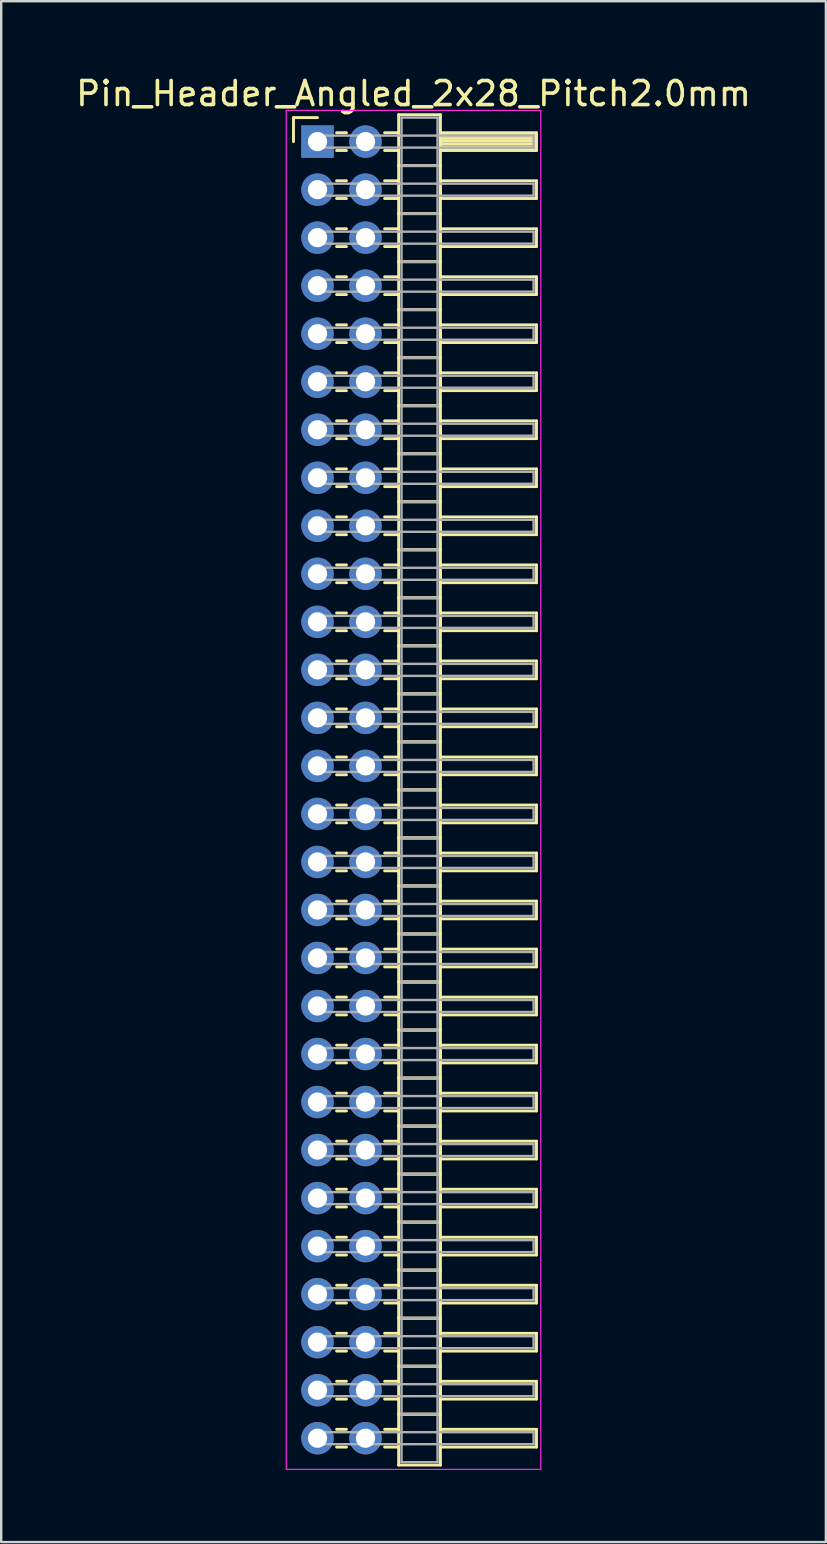
<source format=kicad_pcb>
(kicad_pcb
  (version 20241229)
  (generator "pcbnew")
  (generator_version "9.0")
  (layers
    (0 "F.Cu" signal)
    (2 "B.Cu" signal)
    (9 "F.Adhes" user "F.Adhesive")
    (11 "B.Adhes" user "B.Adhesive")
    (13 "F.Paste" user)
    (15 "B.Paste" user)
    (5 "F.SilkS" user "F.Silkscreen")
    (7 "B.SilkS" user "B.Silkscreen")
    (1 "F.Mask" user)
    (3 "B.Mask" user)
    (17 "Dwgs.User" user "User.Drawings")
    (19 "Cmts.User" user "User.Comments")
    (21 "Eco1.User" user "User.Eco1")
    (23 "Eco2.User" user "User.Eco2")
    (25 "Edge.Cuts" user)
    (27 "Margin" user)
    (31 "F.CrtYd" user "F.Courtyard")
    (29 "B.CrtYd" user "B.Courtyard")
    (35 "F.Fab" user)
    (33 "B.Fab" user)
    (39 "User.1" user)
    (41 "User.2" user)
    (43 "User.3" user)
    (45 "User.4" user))
  (footprint "Pin_Header_Angled_2x28_Pitch2.0mm"
    (layer "F.Cu")
    (at 10.173 2.848)
    (property "Reference" "Pin_Header_Angled_2x28_Pitch2.0mm" (at 4 -2 0) (layer "F.SilkS") (effects (font (size 1 1) (thickness 0.15))))
    (attr through_hole)
    (fp_line (start -1 -1) (end 0 -1) (stroke (width 0.12) (type solid)) (layer "F.SilkS"))
    (fp_line (start -1 0) (end -1 -1) (stroke (width 0.12) (type solid)) (layer "F.SilkS"))
    (fp_line (start 0.795 -0.37) (end 1.205 -0.37) (stroke (width 0.12) (type solid)) (layer "F.SilkS"))
    (fp_line (start 0.795 0.37) (end 1.205 0.37) (stroke (width 0.12) (type solid)) (layer "F.SilkS"))
    (fp_line (start 0.795 1.63) (end 1.205 1.63) (stroke (width 0.12) (type solid)) (layer "F.SilkS"))
    (fp_line (start 0.795 2.37) (end 1.205 2.37) (stroke (width 0.12) (type solid)) (layer "F.SilkS"))
    (fp_line (start 0.795 3.63) (end 1.205 3.63) (stroke (width 0.12) (type solid)) (layer "F.SilkS"))
    (fp_line (start 0.795 4.37) (end 1.205 4.37) (stroke (width 0.12) (type solid)) (layer "F.SilkS"))
    (fp_line (start 0.795 5.63) (end 1.205 5.63) (stroke (width 0.12) (type solid)) (layer "F.SilkS"))
    (fp_line (start 0.795 6.37) (end 1.205 6.37) (stroke (width 0.12) (type solid)) (layer "F.SilkS"))
    (fp_line (start 0.795 7.63) (end 1.205 7.63) (stroke (width 0.12) (type solid)) (layer "F.SilkS"))
    (fp_line (start 0.795 8.37) (end 1.205 8.37) (stroke (width 0.12) (type solid)) (layer "F.SilkS"))
    (fp_line (start 0.795 9.63) (end 1.205 9.63) (stroke (width 0.12) (type solid)) (layer "F.SilkS"))
    (fp_line (start 0.795 10.37) (end 1.205 10.37) (stroke (width 0.12) (type solid)) (layer "F.SilkS"))
    (fp_line (start 0.795 11.63) (end 1.205 11.63) (stroke (width 0.12) (type solid)) (layer "F.SilkS"))
    (fp_line (start 0.795 12.37) (end 1.205 12.37) (stroke (width 0.12) (type solid)) (layer "F.SilkS"))
    (fp_line (start 0.795 13.63) (end 1.205 13.63) (stroke (width 0.12) (type solid)) (layer "F.SilkS"))
    (fp_line (start 0.795 14.37) (end 1.205 14.37) (stroke (width 0.12) (type solid)) (layer "F.SilkS"))
    (fp_line (start 0.795 15.63) (end 1.205 15.63) (stroke (width 0.12) (type solid)) (layer "F.SilkS"))
    (fp_line (start 0.795 16.37) (end 1.205 16.37) (stroke (width 0.12) (type solid)) (layer "F.SilkS"))
    (fp_line (start 0.795 17.63) (end 1.205 17.63) (stroke (width 0.12) (type solid)) (layer "F.SilkS"))
    (fp_line (start 0.795 18.37) (end 1.205 18.37) (stroke (width 0.12) (type solid)) (layer "F.SilkS"))
    (fp_line (start 0.795 19.63) (end 1.205 19.63) (stroke (width 0.12) (type solid)) (layer "F.SilkS"))
    (fp_line (start 0.795 20.37) (end 1.205 20.37) (stroke (width 0.12) (type solid)) (layer "F.SilkS"))
    (fp_line (start 0.795 21.63) (end 1.205 21.63) (stroke (width 0.12) (type solid)) (layer "F.SilkS"))
    (fp_line (start 0.795 22.37) (end 1.205 22.37) (stroke (width 0.12) (type solid)) (layer "F.SilkS"))
    (fp_line (start 0.795 23.63) (end 1.205 23.63) (stroke (width 0.12) (type solid)) (layer "F.SilkS"))
    (fp_line (start 0.795 24.37) (end 1.205 24.37) (stroke (width 0.12) (type solid)) (layer "F.SilkS"))
    (fp_line (start 0.795 25.63) (end 1.205 25.63) (stroke (width 0.12) (type solid)) (layer "F.SilkS"))
    (fp_line (start 0.795 26.37) (end 1.205 26.37) (stroke (width 0.12) (type solid)) (layer "F.SilkS"))
    (fp_line (start 0.795 27.63) (end 1.205 27.63) (stroke (width 0.12) (type solid)) (layer "F.SilkS"))
    (fp_line (start 0.795 28.37) (end 1.205 28.37) (stroke (width 0.12) (type solid)) (layer "F.SilkS"))
    (fp_line (start 0.795 29.63) (end 1.205 29.63) (stroke (width 0.12) (type solid)) (layer "F.SilkS"))
    (fp_line (start 0.795 30.37) (end 1.205 30.37) (stroke (width 0.12) (type solid)) (layer "F.SilkS"))
    (fp_line (start 0.795 31.63) (end 1.205 31.63) (stroke (width 0.12) (type solid)) (layer "F.SilkS"))
    (fp_line (start 0.795 32.37) (end 1.205 32.37) (stroke (width 0.12) (type solid)) (layer "F.SilkS"))
    (fp_line (start 0.795 33.63) (end 1.205 33.63) (stroke (width 0.12) (type solid)) (layer "F.SilkS"))
    (fp_line (start 0.795 34.37) (end 1.205 34.37) (stroke (width 0.12) (type solid)) (layer "F.SilkS"))
    (fp_line (start 0.795 35.63) (end 1.205 35.63) (stroke (width 0.12) (type solid)) (layer "F.SilkS"))
    (fp_line (start 0.795 36.37) (end 1.205 36.37) (stroke (width 0.12) (type solid)) (layer "F.SilkS"))
    (fp_line (start 0.795 37.63) (end 1.205 37.63) (stroke (width 0.12) (type solid)) (layer "F.SilkS"))
    (fp_line (start 0.795 38.37) (end 1.205 38.37) (stroke (width 0.12) (type solid)) (layer "F.SilkS"))
    (fp_line (start 0.795 39.63) (end 1.205 39.63) (stroke (width 0.12) (type solid)) (layer "F.SilkS"))
    (fp_line (start 0.795 40.37) (end 1.205 40.37) (stroke (width 0.12) (type solid)) (layer "F.SilkS"))
    (fp_line (start 0.795 41.63) (end 1.205 41.63) (stroke (width 0.12) (type solid)) (layer "F.SilkS"))
    (fp_line (start 0.795 42.37) (end 1.205 42.37) (stroke (width 0.12) (type solid)) (layer "F.SilkS"))
    (fp_line (start 0.795 43.63) (end 1.205 43.63) (stroke (width 0.12) (type solid)) (layer "F.SilkS"))
    (fp_line (start 0.795 44.37) (end 1.205 44.37) (stroke (width 0.12) (type solid)) (layer "F.SilkS"))
    (fp_line (start 0.795 45.63) (end 1.205 45.63) (stroke (width 0.12) (type solid)) (layer "F.SilkS"))
    (fp_line (start 0.795 46.37) (end 1.205 46.37) (stroke (width 0.12) (type solid)) (layer "F.SilkS"))
    (fp_line (start 0.795 47.63) (end 1.205 47.63) (stroke (width 0.12) (type solid)) (layer "F.SilkS"))
    (fp_line (start 0.795 48.37) (end 1.205 48.37) (stroke (width 0.12) (type solid)) (layer "F.SilkS"))
    (fp_line (start 0.795 49.63) (end 1.205 49.63) (stroke (width 0.12) (type solid)) (layer "F.SilkS"))
    (fp_line (start 0.795 50.37) (end 1.205 50.37) (stroke (width 0.12) (type solid)) (layer "F.SilkS"))
    (fp_line (start 0.795 51.63) (end 1.205 51.63) (stroke (width 0.12) (type solid)) (layer "F.SilkS"))
    (fp_line (start 0.795 52.37) (end 1.205 52.37) (stroke (width 0.12) (type solid)) (layer "F.SilkS"))
    (fp_line (start 0.795 53.63) (end 1.205 53.63) (stroke (width 0.12) (type solid)) (layer "F.SilkS"))
    (fp_line (start 0.795 54.37) (end 1.205 54.37) (stroke (width 0.12) (type solid)) (layer "F.SilkS"))
    (fp_line (start 2.795 -0.37) (end 3.38 -0.37) (stroke (width 0.12) (type solid)) (layer "F.SilkS"))
    (fp_line (start 2.795 0.37) (end 3.38 0.37) (stroke (width 0.12) (type solid)) (layer "F.SilkS"))
    (fp_line (start 2.795 1.63) (end 3.38 1.63) (stroke (width 0.12) (type solid)) (layer "F.SilkS"))
    (fp_line (start 2.795 2.37) (end 3.38 2.37) (stroke (width 0.12) (type solid)) (layer "F.SilkS"))
    (fp_line (start 2.795 3.63) (end 3.38 3.63) (stroke (width 0.12) (type solid)) (layer "F.SilkS"))
    (fp_line (start 2.795 4.37) (end 3.38 4.37) (stroke (width 0.12) (type solid)) (layer "F.SilkS"))
    (fp_line (start 2.795 5.63) (end 3.38 5.63) (stroke (width 0.12) (type solid)) (layer "F.SilkS"))
    (fp_line (start 2.795 6.37) (end 3.38 6.37) (stroke (width 0.12) (type solid)) (layer "F.SilkS"))
    (fp_line (start 2.795 7.63) (end 3.38 7.63) (stroke (width 0.12) (type solid)) (layer "F.SilkS"))
    (fp_line (start 2.795 8.37) (end 3.38 8.37) (stroke (width 0.12) (type solid)) (layer "F.SilkS"))
    (fp_line (start 2.795 9.63) (end 3.38 9.63) (stroke (width 0.12) (type solid)) (layer "F.SilkS"))
    (fp_line (start 2.795 10.37) (end 3.38 10.37) (stroke (width 0.12) (type solid)) (layer "F.SilkS"))
    (fp_line (start 2.795 11.63) (end 3.38 11.63) (stroke (width 0.12) (type solid)) (layer "F.SilkS"))
    (fp_line (start 2.795 12.37) (end 3.38 12.37) (stroke (width 0.12) (type solid)) (layer "F.SilkS"))
    (fp_line (start 2.795 13.63) (end 3.38 13.63) (stroke (width 0.12) (type solid)) (layer "F.SilkS"))
    (fp_line (start 2.795 14.37) (end 3.38 14.37) (stroke (width 0.12) (type solid)) (layer "F.SilkS"))
    (fp_line (start 2.795 15.63) (end 3.38 15.63) (stroke (width 0.12) (type solid)) (layer "F.SilkS"))
    (fp_line (start 2.795 16.37) (end 3.38 16.37) (stroke (width 0.12) (type solid)) (layer "F.SilkS"))
    (fp_line (start 2.795 17.63) (end 3.38 17.63) (stroke (width 0.12) (type solid)) (layer "F.SilkS"))
    (fp_line (start 2.795 18.37) (end 3.38 18.37) (stroke (width 0.12) (type solid)) (layer "F.SilkS"))
    (fp_line (start 2.795 19.63) (end 3.38 19.63) (stroke (width 0.12) (type solid)) (layer "F.SilkS"))
    (fp_line (start 2.795 20.37) (end 3.38 20.37) (stroke (width 0.12) (type solid)) (layer "F.SilkS"))
    (fp_line (start 2.795 21.63) (end 3.38 21.63) (stroke (width 0.12) (type solid)) (layer "F.SilkS"))
    (fp_line (start 2.795 22.37) (end 3.38 22.37) (stroke (width 0.12) (type solid)) (layer "F.SilkS"))
    (fp_line (start 2.795 23.63) (end 3.38 23.63) (stroke (width 0.12) (type solid)) (layer "F.SilkS"))
    (fp_line (start 2.795 24.37) (end 3.38 24.37) (stroke (width 0.12) (type solid)) (layer "F.SilkS"))
    (fp_line (start 2.795 25.63) (end 3.38 25.63) (stroke (width 0.12) (type solid)) (layer "F.SilkS"))
    (fp_line (start 2.795 26.37) (end 3.38 26.37) (stroke (width 0.12) (type solid)) (layer "F.SilkS"))
    (fp_line (start 2.795 27.63) (end 3.38 27.63) (stroke (width 0.12) (type solid)) (layer "F.SilkS"))
    (fp_line (start 2.795 28.37) (end 3.38 28.37) (stroke (width 0.12) (type solid)) (layer "F.SilkS"))
    (fp_line (start 2.795 29.63) (end 3.38 29.63) (stroke (width 0.12) (type solid)) (layer "F.SilkS"))
    (fp_line (start 2.795 30.37) (end 3.38 30.37) (stroke (width 0.12) (type solid)) (layer "F.SilkS"))
    (fp_line (start 2.795 31.63) (end 3.38 31.63) (stroke (width 0.12) (type solid)) (layer "F.SilkS"))
    (fp_line (start 2.795 32.37) (end 3.38 32.37) (stroke (width 0.12) (type solid)) (layer "F.SilkS"))
    (fp_line (start 2.795 33.63) (end 3.38 33.63) (stroke (width 0.12) (type solid)) (layer "F.SilkS"))
    (fp_line (start 2.795 34.37) (end 3.38 34.37) (stroke (width 0.12) (type solid)) (layer "F.SilkS"))
    (fp_line (start 2.795 35.63) (end 3.38 35.63) (stroke (width 0.12) (type solid)) (layer "F.SilkS"))
    (fp_line (start 2.795 36.37) (end 3.38 36.37) (stroke (width 0.12) (type solid)) (layer "F.SilkS"))
    (fp_line (start 2.795 37.63) (end 3.38 37.63) (stroke (width 0.12) (type solid)) (layer "F.SilkS"))
    (fp_line (start 2.795 38.37) (end 3.38 38.37) (stroke (width 0.12) (type solid)) (layer "F.SilkS"))
    (fp_line (start 2.795 39.63) (end 3.38 39.63) (stroke (width 0.12) (type solid)) (layer "F.SilkS"))
    (fp_line (start 2.795 40.37) (end 3.38 40.37) (stroke (width 0.12) (type solid)) (layer "F.SilkS"))
    (fp_line (start 2.795 41.63) (end 3.38 41.63) (stroke (width 0.12) (type solid)) (layer "F.SilkS"))
    (fp_line (start 2.795 42.37) (end 3.38 42.37) (stroke (width 0.12) (type solid)) (layer "F.SilkS"))
    (fp_line (start 2.795 43.63) (end 3.38 43.63) (stroke (width 0.12) (type solid)) (layer "F.SilkS"))
    (fp_line (start 2.795 44.37) (end 3.38 44.37) (stroke (width 0.12) (type solid)) (layer "F.SilkS"))
    (fp_line (start 2.795 45.63) (end 3.38 45.63) (stroke (width 0.12) (type solid)) (layer "F.SilkS"))
    (fp_line (start 2.795 46.37) (end 3.38 46.37) (stroke (width 0.12) (type solid)) (layer "F.SilkS"))
    (fp_line (start 2.795 47.63) (end 3.38 47.63) (stroke (width 0.12) (type solid)) (layer "F.SilkS"))
    (fp_line (start 2.795 48.37) (end 3.38 48.37) (stroke (width 0.12) (type solid)) (layer "F.SilkS"))
    (fp_line (start 2.795 49.63) (end 3.38 49.63) (stroke (width 0.12) (type solid)) (layer "F.SilkS"))
    (fp_line (start 2.795 50.37) (end 3.38 50.37) (stroke (width 0.12) (type solid)) (layer "F.SilkS"))
    (fp_line (start 2.795 51.63) (end 3.38 51.63) (stroke (width 0.12) (type solid)) (layer "F.SilkS"))
    (fp_line (start 2.795 52.37) (end 3.38 52.37) (stroke (width 0.12) (type solid)) (layer "F.SilkS"))
    (fp_line (start 2.795 53.63) (end 3.38 53.63) (stroke (width 0.12) (type solid)) (layer "F.SilkS"))
    (fp_line (start 2.795 54.37) (end 3.38 54.37) (stroke (width 0.12) (type solid)) (layer "F.SilkS"))
    (fp_line (start 3.38 -1.12) (end 3.38 1) (stroke (width 0.12) (type solid)) (layer "F.SilkS"))
    (fp_line (start 3.38 1) (end 3.38 3) (stroke (width 0.12) (type solid)) (layer "F.SilkS"))
    (fp_line (start 3.38 1) (end 5.12 1) (stroke (width 0.12) (type solid)) (layer "F.SilkS"))
    (fp_line (start 3.38 3) (end 3.38 5) (stroke (width 0.12) (type solid)) (layer "F.SilkS"))
    (fp_line (start 3.38 3) (end 5.12 3) (stroke (width 0.12) (type solid)) (layer "F.SilkS"))
    (fp_line (start 3.38 5) (end 3.38 7) (stroke (width 0.12) (type solid)) (layer "F.SilkS"))
    (fp_line (start 3.38 5) (end 5.12 5) (stroke (width 0.12) (type solid)) (layer "F.SilkS"))
    (fp_line (start 3.38 7) (end 3.38 9) (stroke (width 0.12) (type solid)) (layer "F.SilkS"))
    (fp_line (start 3.38 7) (end 5.12 7) (stroke (width 0.12) (type solid)) (layer "F.SilkS"))
    (fp_line (start 3.38 9) (end 3.38 11) (stroke (width 0.12) (type solid)) (layer "F.SilkS"))
    (fp_line (start 3.38 9) (end 5.12 9) (stroke (width 0.12) (type solid)) (layer "F.SilkS"))
    (fp_line (start 3.38 11) (end 3.38 13) (stroke (width 0.12) (type solid)) (layer "F.SilkS"))
    (fp_line (start 3.38 11) (end 5.12 11) (stroke (width 0.12) (type solid)) (layer "F.SilkS"))
    (fp_line (start 3.38 13) (end 3.38 15) (stroke (width 0.12) (type solid)) (layer "F.SilkS"))
    (fp_line (start 3.38 13) (end 5.12 13) (stroke (width 0.12) (type solid)) (layer "F.SilkS"))
    (fp_line (start 3.38 15) (end 3.38 17) (stroke (width 0.12) (type solid)) (layer "F.SilkS"))
    (fp_line (start 3.38 15) (end 5.12 15) (stroke (width 0.12) (type solid)) (layer "F.SilkS"))
    (fp_line (start 3.38 17) (end 3.38 19) (stroke (width 0.12) (type solid)) (layer "F.SilkS"))
    (fp_line (start 3.38 17) (end 5.12 17) (stroke (width 0.12) (type solid)) (layer "F.SilkS"))
    (fp_line (start 3.38 19) (end 3.38 21) (stroke (width 0.12) (type solid)) (layer "F.SilkS"))
    (fp_line (start 3.38 19) (end 5.12 19) (stroke (width 0.12) (type solid)) (layer "F.SilkS"))
    (fp_line (start 3.38 21) (end 3.38 23) (stroke (width 0.12) (type solid)) (layer "F.SilkS"))
    (fp_line (start 3.38 21) (end 5.12 21) (stroke (width 0.12) (type solid)) (layer "F.SilkS"))
    (fp_line (start 3.38 23) (end 3.38 25) (stroke (width 0.12) (type solid)) (layer "F.SilkS"))
    (fp_line (start 3.38 23) (end 5.12 23) (stroke (width 0.12) (type solid)) (layer "F.SilkS"))
    (fp_line (start 3.38 25) (end 3.38 27) (stroke (width 0.12) (type solid)) (layer "F.SilkS"))
    (fp_line (start 3.38 25) (end 5.12 25) (stroke (width 0.12) (type solid)) (layer "F.SilkS"))
    (fp_line (start 3.38 27) (end 3.38 29) (stroke (width 0.12) (type solid)) (layer "F.SilkS"))
    (fp_line (start 3.38 27) (end 5.12 27) (stroke (width 0.12) (type solid)) (layer "F.SilkS"))
    (fp_line (start 3.38 29) (end 3.38 31) (stroke (width 0.12) (type solid)) (layer "F.SilkS"))
    (fp_line (start 3.38 29) (end 5.12 29) (stroke (width 0.12) (type solid)) (layer "F.SilkS"))
    (fp_line (start 3.38 31) (end 3.38 33) (stroke (width 0.12) (type solid)) (layer "F.SilkS"))
    (fp_line (start 3.38 31) (end 5.12 31) (stroke (width 0.12) (type solid)) (layer "F.SilkS"))
    (fp_line (start 3.38 33) (end 3.38 35) (stroke (width 0.12) (type solid)) (layer "F.SilkS"))
    (fp_line (start 3.38 33) (end 5.12 33) (stroke (width 0.12) (type solid)) (layer "F.SilkS"))
    (fp_line (start 3.38 35) (end 3.38 37) (stroke (width 0.12) (type solid)) (layer "F.SilkS"))
    (fp_line (start 3.38 35) (end 5.12 35) (stroke (width 0.12) (type solid)) (layer "F.SilkS"))
    (fp_line (start 3.38 37) (end 3.38 39) (stroke (width 0.12) (type solid)) (layer "F.SilkS"))
    (fp_line (start 3.38 37) (end 5.12 37) (stroke (width 0.12) (type solid)) (layer "F.SilkS"))
    (fp_line (start 3.38 39) (end 3.38 41) (stroke (width 0.12) (type solid)) (layer "F.SilkS"))
    (fp_line (start 3.38 39) (end 5.12 39) (stroke (width 0.12) (type solid)) (layer "F.SilkS"))
    (fp_line (start 3.38 41) (end 3.38 43) (stroke (width 0.12) (type solid)) (layer "F.SilkS"))
    (fp_line (start 3.38 41) (end 5.12 41) (stroke (width 0.12) (type solid)) (layer "F.SilkS"))
    (fp_line (start 3.38 43) (end 3.38 45) (stroke (width 0.12) (type solid)) (layer "F.SilkS"))
    (fp_line (start 3.38 43) (end 5.12 43) (stroke (width 0.12) (type solid)) (layer "F.SilkS"))
    (fp_line (start 3.38 45) (end 3.38 47) (stroke (width 0.12) (type solid)) (layer "F.SilkS"))
    (fp_line (start 3.38 45) (end 5.12 45) (stroke (width 0.12) (type solid)) (layer "F.SilkS"))
    (fp_line (start 3.38 47) (end 3.38 49) (stroke (width 0.12) (type solid)) (layer "F.SilkS"))
    (fp_line (start 3.38 47) (end 5.12 47) (stroke (width 0.12) (type solid)) (layer "F.SilkS"))
    (fp_line (start 3.38 49) (end 3.38 51) (stroke (width 0.12) (type solid)) (layer "F.SilkS"))
    (fp_line (start 3.38 49) (end 5.12 49) (stroke (width 0.12) (type solid)) (layer "F.SilkS"))
    (fp_line (start 3.38 51) (end 3.38 53) (stroke (width 0.12) (type solid)) (layer "F.SilkS"))
    (fp_line (start 3.38 51) (end 5.12 51) (stroke (width 0.12) (type solid)) (layer "F.SilkS"))
    (fp_line (start 3.38 53) (end 3.38 55.12) (stroke (width 0.12) (type solid)) (layer "F.SilkS"))
    (fp_line (start 3.38 53) (end 5.12 53) (stroke (width 0.12) (type solid)) (layer "F.SilkS"))
    (fp_line (start 3.38 55.12) (end 5.12 55.12) (stroke (width 0.12) (type solid)) (layer "F.SilkS"))
    (fp_line (start 5.12 -1.12) (end 3.38 -1.12) (stroke (width 0.12) (type solid)) (layer "F.SilkS"))
    (fp_line (start 5.12 -0.37) (end 5.12 0.37) (stroke (width 0.12) (type solid)) (layer "F.SilkS"))
    (fp_line (start 5.12 -0.25) (end 9.12 -0.25) (stroke (width 0.12) (type solid)) (layer "F.SilkS"))
    (fp_line (start 5.12 -0.13) (end 9.12 -0.13) (stroke (width 0.12) (type solid)) (layer "F.SilkS"))
    (fp_line (start 5.12 -0.01) (end 9.12 -0.01) (stroke (width 0.12) (type solid)) (layer "F.SilkS"))
    (fp_line (start 5.12 0.11) (end 9.12 0.11) (stroke (width 0.12) (type solid)) (layer "F.SilkS"))
    (fp_line (start 5.12 0.23) (end 9.12 0.23) (stroke (width 0.12) (type solid)) (layer "F.SilkS"))
    (fp_line (start 5.12 0.35) (end 9.12 0.35) (stroke (width 0.12) (type solid)) (layer "F.SilkS"))
    (fp_line (start 5.12 0.37) (end 9.12 0.37) (stroke (width 0.12) (type solid)) (layer "F.SilkS"))
    (fp_line (start 5.12 1) (end 3.38 1) (stroke (width 0.12) (type solid)) (layer "F.SilkS"))
    (fp_line (start 5.12 1) (end 5.12 -1.12) (stroke (width 0.12) (type solid)) (layer "F.SilkS"))
    (fp_line (start 5.12 1.63) (end 5.12 2.37) (stroke (width 0.12) (type solid)) (layer "F.SilkS"))
    (fp_line (start 5.12 2.37) (end 9.12 2.37) (stroke (width 0.12) (type solid)) (layer "F.SilkS"))
    (fp_line (start 5.12 3) (end 3.38 3) (stroke (width 0.12) (type solid)) (layer "F.SilkS"))
    (fp_line (start 5.12 3) (end 5.12 1) (stroke (width 0.12) (type solid)) (layer "F.SilkS"))
    (fp_line (start 5.12 3.63) (end 5.12 4.37) (stroke (width 0.12) (type solid)) (layer "F.SilkS"))
    (fp_line (start 5.12 4.37) (end 9.12 4.37) (stroke (width 0.12) (type solid)) (layer "F.SilkS"))
    (fp_line (start 5.12 5) (end 3.38 5) (stroke (width 0.12) (type solid)) (layer "F.SilkS"))
    (fp_line (start 5.12 5) (end 5.12 3) (stroke (width 0.12) (type solid)) (layer "F.SilkS"))
    (fp_line (start 5.12 5.63) (end 5.12 6.37) (stroke (width 0.12) (type solid)) (layer "F.SilkS"))
    (fp_line (start 5.12 6.37) (end 9.12 6.37) (stroke (width 0.12) (type solid)) (layer "F.SilkS"))
    (fp_line (start 5.12 7) (end 3.38 7) (stroke (width 0.12) (type solid)) (layer "F.SilkS"))
    (fp_line (start 5.12 7) (end 5.12 5) (stroke (width 0.12) (type solid)) (layer "F.SilkS"))
    (fp_line (start 5.12 7.63) (end 5.12 8.37) (stroke (width 0.12) (type solid)) (layer "F.SilkS"))
    (fp_line (start 5.12 8.37) (end 9.12 8.37) (stroke (width 0.12) (type solid)) (layer "F.SilkS"))
    (fp_line (start 5.12 9) (end 3.38 9) (stroke (width 0.12) (type solid)) (layer "F.SilkS"))
    (fp_line (start 5.12 9) (end 5.12 7) (stroke (width 0.12) (type solid)) (layer "F.SilkS"))
    (fp_line (start 5.12 9.63) (end 5.12 10.37) (stroke (width 0.12) (type solid)) (layer "F.SilkS"))
    (fp_line (start 5.12 10.37) (end 9.12 10.37) (stroke (width 0.12) (type solid)) (layer "F.SilkS"))
    (fp_line (start 5.12 11) (end 3.38 11) (stroke (width 0.12) (type solid)) (layer "F.SilkS"))
    (fp_line (start 5.12 11) (end 5.12 9) (stroke (width 0.12) (type solid)) (layer "F.SilkS"))
    (fp_line (start 5.12 11.63) (end 5.12 12.37) (stroke (width 0.12) (type solid)) (layer "F.SilkS"))
    (fp_line (start 5.12 12.37) (end 9.12 12.37) (stroke (width 0.12) (type solid)) (layer "F.SilkS"))
    (fp_line (start 5.12 13) (end 3.38 13) (stroke (width 0.12) (type solid)) (layer "F.SilkS"))
    (fp_line (start 5.12 13) (end 5.12 11) (stroke (width 0.12) (type solid)) (layer "F.SilkS"))
    (fp_line (start 5.12 13.63) (end 5.12 14.37) (stroke (width 0.12) (type solid)) (layer "F.SilkS"))
    (fp_line (start 5.12 14.37) (end 9.12 14.37) (stroke (width 0.12) (type solid)) (layer "F.SilkS"))
    (fp_line (start 5.12 15) (end 3.38 15) (stroke (width 0.12) (type solid)) (layer "F.SilkS"))
    (fp_line (start 5.12 15) (end 5.12 13) (stroke (width 0.12) (type solid)) (layer "F.SilkS"))
    (fp_line (start 5.12 15.63) (end 5.12 16.37) (stroke (width 0.12) (type solid)) (layer "F.SilkS"))
    (fp_line (start 5.12 16.37) (end 9.12 16.37) (stroke (width 0.12) (type solid)) (layer "F.SilkS"))
    (fp_line (start 5.12 17) (end 3.38 17) (stroke (width 0.12) (type solid)) (layer "F.SilkS"))
    (fp_line (start 5.12 17) (end 5.12 15) (stroke (width 0.12) (type solid)) (layer "F.SilkS"))
    (fp_line (start 5.12 17.63) (end 5.12 18.37) (stroke (width 0.12) (type solid)) (layer "F.SilkS"))
    (fp_line (start 5.12 18.37) (end 9.12 18.37) (stroke (width 0.12) (type solid)) (layer "F.SilkS"))
    (fp_line (start 5.12 19) (end 3.38 19) (stroke (width 0.12) (type solid)) (layer "F.SilkS"))
    (fp_line (start 5.12 19) (end 5.12 17) (stroke (width 0.12) (type solid)) (layer "F.SilkS"))
    (fp_line (start 5.12 19.63) (end 5.12 20.37) (stroke (width 0.12) (type solid)) (layer "F.SilkS"))
    (fp_line (start 5.12 20.37) (end 9.12 20.37) (stroke (width 0.12) (type solid)) (layer "F.SilkS"))
    (fp_line (start 5.12 21) (end 3.38 21) (stroke (width 0.12) (type solid)) (layer "F.SilkS"))
    (fp_line (start 5.12 21) (end 5.12 19) (stroke (width 0.12) (type solid)) (layer "F.SilkS"))
    (fp_line (start 5.12 21.63) (end 5.12 22.37) (stroke (width 0.12) (type solid)) (layer "F.SilkS"))
    (fp_line (start 5.12 22.37) (end 9.12 22.37) (stroke (width 0.12) (type solid)) (layer "F.SilkS"))
    (fp_line (start 5.12 23) (end 3.38 23) (stroke (width 0.12) (type solid)) (layer "F.SilkS"))
    (fp_line (start 5.12 23) (end 5.12 21) (stroke (width 0.12) (type solid)) (layer "F.SilkS"))
    (fp_line (start 5.12 23.63) (end 5.12 24.37) (stroke (width 0.12) (type solid)) (layer "F.SilkS"))
    (fp_line (start 5.12 24.37) (end 9.12 24.37) (stroke (width 0.12) (type solid)) (layer "F.SilkS"))
    (fp_line (start 5.12 25) (end 3.38 25) (stroke (width 0.12) (type solid)) (layer "F.SilkS"))
    (fp_line (start 5.12 25) (end 5.12 23) (stroke (width 0.12) (type solid)) (layer "F.SilkS"))
    (fp_line (start 5.12 25.63) (end 5.12 26.37) (stroke (width 0.12) (type solid)) (layer "F.SilkS"))
    (fp_line (start 5.12 26.37) (end 9.12 26.37) (stroke (width 0.12) (type solid)) (layer "F.SilkS"))
    (fp_line (start 5.12 27) (end 3.38 27) (stroke (width 0.12) (type solid)) (layer "F.SilkS"))
    (fp_line (start 5.12 27) (end 5.12 25) (stroke (width 0.12) (type solid)) (layer "F.SilkS"))
    (fp_line (start 5.12 27.63) (end 5.12 28.37) (stroke (width 0.12) (type solid)) (layer "F.SilkS"))
    (fp_line (start 5.12 28.37) (end 9.12 28.37) (stroke (width 0.12) (type solid)) (layer "F.SilkS"))
    (fp_line (start 5.12 29) (end 3.38 29) (stroke (width 0.12) (type solid)) (layer "F.SilkS"))
    (fp_line (start 5.12 29) (end 5.12 27) (stroke (width 0.12) (type solid)) (layer "F.SilkS"))
    (fp_line (start 5.12 29.63) (end 5.12 30.37) (stroke (width 0.12) (type solid)) (layer "F.SilkS"))
    (fp_line (start 5.12 30.37) (end 9.12 30.37) (stroke (width 0.12) (type solid)) (layer "F.SilkS"))
    (fp_line (start 5.12 31) (end 3.38 31) (stroke (width 0.12) (type solid)) (layer "F.SilkS"))
    (fp_line (start 5.12 31) (end 5.12 29) (stroke (width 0.12) (type solid)) (layer "F.SilkS"))
    (fp_line (start 5.12 31.63) (end 5.12 32.37) (stroke (width 0.12) (type solid)) (layer "F.SilkS"))
    (fp_line (start 5.12 32.37) (end 9.12 32.37) (stroke (width 0.12) (type solid)) (layer "F.SilkS"))
    (fp_line (start 5.12 33) (end 3.38 33) (stroke (width 0.12) (type solid)) (layer "F.SilkS"))
    (fp_line (start 5.12 33) (end 5.12 31) (stroke (width 0.12) (type solid)) (layer "F.SilkS"))
    (fp_line (start 5.12 33.63) (end 5.12 34.37) (stroke (width 0.12) (type solid)) (layer "F.SilkS"))
    (fp_line (start 5.12 34.37) (end 9.12 34.37) (stroke (width 0.12) (type solid)) (layer "F.SilkS"))
    (fp_line (start 5.12 35) (end 3.38 35) (stroke (width 0.12) (type solid)) (layer "F.SilkS"))
    (fp_line (start 5.12 35) (end 5.12 33) (stroke (width 0.12) (type solid)) (layer "F.SilkS"))
    (fp_line (start 5.12 35.63) (end 5.12 36.37) (stroke (width 0.12) (type solid)) (layer "F.SilkS"))
    (fp_line (start 5.12 36.37) (end 9.12 36.37) (stroke (width 0.12) (type solid)) (layer "F.SilkS"))
    (fp_line (start 5.12 37) (end 3.38 37) (stroke (width 0.12) (type solid)) (layer "F.SilkS"))
    (fp_line (start 5.12 37) (end 5.12 35) (stroke (width 0.12) (type solid)) (layer "F.SilkS"))
    (fp_line (start 5.12 37.63) (end 5.12 38.37) (stroke (width 0.12) (type solid)) (layer "F.SilkS"))
    (fp_line (start 5.12 38.37) (end 9.12 38.37) (stroke (width 0.12) (type solid)) (layer "F.SilkS"))
    (fp_line (start 5.12 39) (end 3.38 39) (stroke (width 0.12) (type solid)) (layer "F.SilkS"))
    (fp_line (start 5.12 39) (end 5.12 37) (stroke (width 0.12) (type solid)) (layer "F.SilkS"))
    (fp_line (start 5.12 39.63) (end 5.12 40.37) (stroke (width 0.12) (type solid)) (layer "F.SilkS"))
    (fp_line (start 5.12 40.37) (end 9.12 40.37) (stroke (width 0.12) (type solid)) (layer "F.SilkS"))
    (fp_line (start 5.12 41) (end 3.38 41) (stroke (width 0.12) (type solid)) (layer "F.SilkS"))
    (fp_line (start 5.12 41) (end 5.12 39) (stroke (width 0.12) (type solid)) (layer "F.SilkS"))
    (fp_line (start 5.12 41.63) (end 5.12 42.37) (stroke (width 0.12) (type solid)) (layer "F.SilkS"))
    (fp_line (start 5.12 42.37) (end 9.12 42.37) (stroke (width 0.12) (type solid)) (layer "F.SilkS"))
    (fp_line (start 5.12 43) (end 3.38 43) (stroke (width 0.12) (type solid)) (layer "F.SilkS"))
    (fp_line (start 5.12 43) (end 5.12 41) (stroke (width 0.12) (type solid)) (layer "F.SilkS"))
    (fp_line (start 5.12 43.63) (end 5.12 44.37) (stroke (width 0.12) (type solid)) (layer "F.SilkS"))
    (fp_line (start 5.12 44.37) (end 9.12 44.37) (stroke (width 0.12) (type solid)) (layer "F.SilkS"))
    (fp_line (start 5.12 45) (end 3.38 45) (stroke (width 0.12) (type solid)) (layer "F.SilkS"))
    (fp_line (start 5.12 45) (end 5.12 43) (stroke (width 0.12) (type solid)) (layer "F.SilkS"))
    (fp_line (start 5.12 45.63) (end 5.12 46.37) (stroke (width 0.12) (type solid)) (layer "F.SilkS"))
    (fp_line (start 5.12 46.37) (end 9.12 46.37) (stroke (width 0.12) (type solid)) (layer "F.SilkS"))
    (fp_line (start 5.12 47) (end 3.38 47) (stroke (width 0.12) (type solid)) (layer "F.SilkS"))
    (fp_line (start 5.12 47) (end 5.12 45) (stroke (width 0.12) (type solid)) (layer "F.SilkS"))
    (fp_line (start 5.12 47.63) (end 5.12 48.37) (stroke (width 0.12) (type solid)) (layer "F.SilkS"))
    (fp_line (start 5.12 48.37) (end 9.12 48.37) (stroke (width 0.12) (type solid)) (layer "F.SilkS"))
    (fp_line (start 5.12 49) (end 3.38 49) (stroke (width 0.12) (type solid)) (layer "F.SilkS"))
    (fp_line (start 5.12 49) (end 5.12 47) (stroke (width 0.12) (type solid)) (layer "F.SilkS"))
    (fp_line (start 5.12 49.63) (end 5.12 50.37) (stroke (width 0.12) (type solid)) (layer "F.SilkS"))
    (fp_line (start 5.12 50.37) (end 9.12 50.37) (stroke (width 0.12) (type solid)) (layer "F.SilkS"))
    (fp_line (start 5.12 51) (end 3.38 51) (stroke (width 0.12) (type solid)) (layer "F.SilkS"))
    (fp_line (start 5.12 51) (end 5.12 49) (stroke (width 0.12) (type solid)) (layer "F.SilkS"))
    (fp_line (start 5.12 51.63) (end 5.12 52.37) (stroke (width 0.12) (type solid)) (layer "F.SilkS"))
    (fp_line (start 5.12 52.37) (end 9.12 52.37) (stroke (width 0.12) (type solid)) (layer "F.SilkS"))
    (fp_line (start 5.12 53) (end 3.38 53) (stroke (width 0.12) (type solid)) (layer "F.SilkS"))
    (fp_line (start 5.12 53) (end 5.12 51) (stroke (width 0.12) (type solid)) (layer "F.SilkS"))
    (fp_line (start 5.12 53.63) (end 5.12 54.37) (stroke (width 0.12) (type solid)) (layer "F.SilkS"))
    (fp_line (start 5.12 54.37) (end 9.12 54.37) (stroke (width 0.12) (type solid)) (layer "F.SilkS"))
    (fp_line (start 5.12 55.12) (end 5.12 53) (stroke (width 0.12) (type solid)) (layer "F.SilkS"))
    (fp_line (start 9.12 -0.37) (end 5.12 -0.37) (stroke (width 0.12) (type solid)) (layer "F.SilkS"))
    (fp_line (start 9.12 0.37) (end 9.12 -0.37) (stroke (width 0.12) (type solid)) (layer "F.SilkS"))
    (fp_line (start 9.12 1.63) (end 5.12 1.63) (stroke (width 0.12) (type solid)) (layer "F.SilkS"))
    (fp_line (start 9.12 2.37) (end 9.12 1.63) (stroke (width 0.12) (type solid)) (layer "F.SilkS"))
    (fp_line (start 9.12 3.63) (end 5.12 3.63) (stroke (width 0.12) (type solid)) (layer "F.SilkS"))
    (fp_line (start 9.12 4.37) (end 9.12 3.63) (stroke (width 0.12) (type solid)) (layer "F.SilkS"))
    (fp_line (start 9.12 5.63) (end 5.12 5.63) (stroke (width 0.12) (type solid)) (layer "F.SilkS"))
    (fp_line (start 9.12 6.37) (end 9.12 5.63) (stroke (width 0.12) (type solid)) (layer "F.SilkS"))
    (fp_line (start 9.12 7.63) (end 5.12 7.63) (stroke (width 0.12) (type solid)) (layer "F.SilkS"))
    (fp_line (start 9.12 8.37) (end 9.12 7.63) (stroke (width 0.12) (type solid)) (layer "F.SilkS"))
    (fp_line (start 9.12 9.63) (end 5.12 9.63) (stroke (width 0.12) (type solid)) (layer "F.SilkS"))
    (fp_line (start 9.12 10.37) (end 9.12 9.63) (stroke (width 0.12) (type solid)) (layer "F.SilkS"))
    (fp_line (start 9.12 11.63) (end 5.12 11.63) (stroke (width 0.12) (type solid)) (layer "F.SilkS"))
    (fp_line (start 9.12 12.37) (end 9.12 11.63) (stroke (width 0.12) (type solid)) (layer "F.SilkS"))
    (fp_line (start 9.12 13.63) (end 5.12 13.63) (stroke (width 0.12) (type solid)) (layer "F.SilkS"))
    (fp_line (start 9.12 14.37) (end 9.12 13.63) (stroke (width 0.12) (type solid)) (layer "F.SilkS"))
    (fp_line (start 9.12 15.63) (end 5.12 15.63) (stroke (width 0.12) (type solid)) (layer "F.SilkS"))
    (fp_line (start 9.12 16.37) (end 9.12 15.63) (stroke (width 0.12) (type solid)) (layer "F.SilkS"))
    (fp_line (start 9.12 17.63) (end 5.12 17.63) (stroke (width 0.12) (type solid)) (layer "F.SilkS"))
    (fp_line (start 9.12 18.37) (end 9.12 17.63) (stroke (width 0.12) (type solid)) (layer "F.SilkS"))
    (fp_line (start 9.12 19.63) (end 5.12 19.63) (stroke (width 0.12) (type solid)) (layer "F.SilkS"))
    (fp_line (start 9.12 20.37) (end 9.12 19.63) (stroke (width 0.12) (type solid)) (layer "F.SilkS"))
    (fp_line (start 9.12 21.63) (end 5.12 21.63) (stroke (width 0.12) (type solid)) (layer "F.SilkS"))
    (fp_line (start 9.12 22.37) (end 9.12 21.63) (stroke (width 0.12) (type solid)) (layer "F.SilkS"))
    (fp_line (start 9.12 23.63) (end 5.12 23.63) (stroke (width 0.12) (type solid)) (layer "F.SilkS"))
    (fp_line (start 9.12 24.37) (end 9.12 23.63) (stroke (width 0.12) (type solid)) (layer "F.SilkS"))
    (fp_line (start 9.12 25.63) (end 5.12 25.63) (stroke (width 0.12) (type solid)) (layer "F.SilkS"))
    (fp_line (start 9.12 26.37) (end 9.12 25.63) (stroke (width 0.12) (type solid)) (layer "F.SilkS"))
    (fp_line (start 9.12 27.63) (end 5.12 27.63) (stroke (width 0.12) (type solid)) (layer "F.SilkS"))
    (fp_line (start 9.12 28.37) (end 9.12 27.63) (stroke (width 0.12) (type solid)) (layer "F.SilkS"))
    (fp_line (start 9.12 29.63) (end 5.12 29.63) (stroke (width 0.12) (type solid)) (layer "F.SilkS"))
    (fp_line (start 9.12 30.37) (end 9.12 29.63) (stroke (width 0.12) (type solid)) (layer "F.SilkS"))
    (fp_line (start 9.12 31.63) (end 5.12 31.63) (stroke (width 0.12) (type solid)) (layer "F.SilkS"))
    (fp_line (start 9.12 32.37) (end 9.12 31.63) (stroke (width 0.12) (type solid)) (layer "F.SilkS"))
    (fp_line (start 9.12 33.63) (end 5.12 33.63) (stroke (width 0.12) (type solid)) (layer "F.SilkS"))
    (fp_line (start 9.12 34.37) (end 9.12 33.63) (stroke (width 0.12) (type solid)) (layer "F.SilkS"))
    (fp_line (start 9.12 35.63) (end 5.12 35.63) (stroke (width 0.12) (type solid)) (layer "F.SilkS"))
    (fp_line (start 9.12 36.37) (end 9.12 35.63) (stroke (width 0.12) (type solid)) (layer "F.SilkS"))
    (fp_line (start 9.12 37.63) (end 5.12 37.63) (stroke (width 0.12) (type solid)) (layer "F.SilkS"))
    (fp_line (start 9.12 38.37) (end 9.12 37.63) (stroke (width 0.12) (type solid)) (layer "F.SilkS"))
    (fp_line (start 9.12 39.63) (end 5.12 39.63) (stroke (width 0.12) (type solid)) (layer "F.SilkS"))
    (fp_line (start 9.12 40.37) (end 9.12 39.63) (stroke (width 0.12) (type solid)) (layer "F.SilkS"))
    (fp_line (start 9.12 41.63) (end 5.12 41.63) (stroke (width 0.12) (type solid)) (layer "F.SilkS"))
    (fp_line (start 9.12 42.37) (end 9.12 41.63) (stroke (width 0.12) (type solid)) (layer "F.SilkS"))
    (fp_line (start 9.12 43.63) (end 5.12 43.63) (stroke (width 0.12) (type solid)) (layer "F.SilkS"))
    (fp_line (start 9.12 44.37) (end 9.12 43.63) (stroke (width 0.12) (type solid)) (layer "F.SilkS"))
    (fp_line (start 9.12 45.63) (end 5.12 45.63) (stroke (width 0.12) (type solid)) (layer "F.SilkS"))
    (fp_line (start 9.12 46.37) (end 9.12 45.63) (stroke (width 0.12) (type solid)) (layer "F.SilkS"))
    (fp_line (start 9.12 47.63) (end 5.12 47.63) (stroke (width 0.12) (type solid)) (layer "F.SilkS"))
    (fp_line (start 9.12 48.37) (end 9.12 47.63) (stroke (width 0.12) (type solid)) (layer "F.SilkS"))
    (fp_line (start 9.12 49.63) (end 5.12 49.63) (stroke (width 0.12) (type solid)) (layer "F.SilkS"))
    (fp_line (start 9.12 50.37) (end 9.12 49.63) (stroke (width 0.12) (type solid)) (layer "F.SilkS"))
    (fp_line (start 9.12 51.63) (end 5.12 51.63) (stroke (width 0.12) (type solid)) (layer "F.SilkS"))
    (fp_line (start 9.12 52.37) (end 9.12 51.63) (stroke (width 0.12) (type solid)) (layer "F.SilkS"))
    (fp_line (start 9.12 53.63) (end 5.12 53.63) (stroke (width 0.12) (type solid)) (layer "F.SilkS"))
    (fp_line (start 9.12 54.37) (end 9.12 53.63) (stroke (width 0.12) (type solid)) (layer "F.SilkS"))
    (fp_line (start -1.3 -1.3) (end -1.3 55.3) (stroke (width 0.05) (type solid)) (layer "F.CrtYd"))
    (fp_line (start -1.3 55.3) (end 9.3 55.3) (stroke (width 0.05) (type solid)) (layer "F.CrtYd"))
    (fp_line (start 9.3 -1.3) (end -1.3 -1.3) (stroke (width 0.05) (type solid)) (layer "F.CrtYd"))
    (fp_line (start 9.3 55.3) (end 9.3 -1.3) (stroke (width 0.05) (type solid)) (layer "F.CrtYd"))
    (fp_line (start 0 -0.25) (end 0 0.25) (stroke (width 0.1) (type solid)) (layer "F.Fab"))
    (fp_line (start 0 0.25) (end 9 0.25) (stroke (width 0.1) (type solid)) (layer "F.Fab"))
    (fp_line (start 0 1.75) (end 0 2.25) (stroke (width 0.1) (type solid)) (layer "F.Fab"))
    (fp_line (start 0 2.25) (end 9 2.25) (stroke (width 0.1) (type solid)) (layer "F.Fab"))
    (fp_line (start 0 3.75) (end 0 4.25) (stroke (width 0.1) (type solid)) (layer "F.Fab"))
    (fp_line (start 0 4.25) (end 9 4.25) (stroke (width 0.1) (type solid)) (layer "F.Fab"))
    (fp_line (start 0 5.75) (end 0 6.25) (stroke (width 0.1) (type solid)) (layer "F.Fab"))
    (fp_line (start 0 6.25) (end 9 6.25) (stroke (width 0.1) (type solid)) (layer "F.Fab"))
    (fp_line (start 0 7.75) (end 0 8.25) (stroke (width 0.1) (type solid)) (layer "F.Fab"))
    (fp_line (start 0 8.25) (end 9 8.25) (stroke (width 0.1) (type solid)) (layer "F.Fab"))
    (fp_line (start 0 9.75) (end 0 10.25) (stroke (width 0.1) (type solid)) (layer "F.Fab"))
    (fp_line (start 0 10.25) (end 9 10.25) (stroke (width 0.1) (type solid)) (layer "F.Fab"))
    (fp_line (start 0 11.75) (end 0 12.25) (stroke (width 0.1) (type solid)) (layer "F.Fab"))
    (fp_line (start 0 12.25) (end 9 12.25) (stroke (width 0.1) (type solid)) (layer "F.Fab"))
    (fp_line (start 0 13.75) (end 0 14.25) (stroke (width 0.1) (type solid)) (layer "F.Fab"))
    (fp_line (start 0 14.25) (end 9 14.25) (stroke (width 0.1) (type solid)) (layer "F.Fab"))
    (fp_line (start 0 15.75) (end 0 16.25) (stroke (width 0.1) (type solid)) (layer "F.Fab"))
    (fp_line (start 0 16.25) (end 9 16.25) (stroke (width 0.1) (type solid)) (layer "F.Fab"))
    (fp_line (start 0 17.75) (end 0 18.25) (stroke (width 0.1) (type solid)) (layer "F.Fab"))
    (fp_line (start 0 18.25) (end 9 18.25) (stroke (width 0.1) (type solid)) (layer "F.Fab"))
    (fp_line (start 0 19.75) (end 0 20.25) (stroke (width 0.1) (type solid)) (layer "F.Fab"))
    (fp_line (start 0 20.25) (end 9 20.25) (stroke (width 0.1) (type solid)) (layer "F.Fab"))
    (fp_line (start 0 21.75) (end 0 22.25) (stroke (width 0.1) (type solid)) (layer "F.Fab"))
    (fp_line (start 0 22.25) (end 9 22.25) (stroke (width 0.1) (type solid)) (layer "F.Fab"))
    (fp_line (start 0 23.75) (end 0 24.25) (stroke (width 0.1) (type solid)) (layer "F.Fab"))
    (fp_line (start 0 24.25) (end 9 24.25) (stroke (width 0.1) (type solid)) (layer "F.Fab"))
    (fp_line (start 0 25.75) (end 0 26.25) (stroke (width 0.1) (type solid)) (layer "F.Fab"))
    (fp_line (start 0 26.25) (end 9 26.25) (stroke (width 0.1) (type solid)) (layer "F.Fab"))
    (fp_line (start 0 27.75) (end 0 28.25) (stroke (width 0.1) (type solid)) (layer "F.Fab"))
    (fp_line (start 0 28.25) (end 9 28.25) (stroke (width 0.1) (type solid)) (layer "F.Fab"))
    (fp_line (start 0 29.75) (end 0 30.25) (stroke (width 0.1) (type solid)) (layer "F.Fab"))
    (fp_line (start 0 30.25) (end 9 30.25) (stroke (width 0.1) (type solid)) (layer "F.Fab"))
    (fp_line (start 0 31.75) (end 0 32.25) (stroke (width 0.1) (type solid)) (layer "F.Fab"))
    (fp_line (start 0 32.25) (end 9 32.25) (stroke (width 0.1) (type solid)) (layer "F.Fab"))
    (fp_line (start 0 33.75) (end 0 34.25) (stroke (width 0.1) (type solid)) (layer "F.Fab"))
    (fp_line (start 0 34.25) (end 9 34.25) (stroke (width 0.1) (type solid)) (layer "F.Fab"))
    (fp_line (start 0 35.75) (end 0 36.25) (stroke (width 0.1) (type solid)) (layer "F.Fab"))
    (fp_line (start 0 36.25) (end 9 36.25) (stroke (width 0.1) (type solid)) (layer "F.Fab"))
    (fp_line (start 0 37.75) (end 0 38.25) (stroke (width 0.1) (type solid)) (layer "F.Fab"))
    (fp_line (start 0 38.25) (end 9 38.25) (stroke (width 0.1) (type solid)) (layer "F.Fab"))
    (fp_line (start 0 39.75) (end 0 40.25) (stroke (width 0.1) (type solid)) (layer "F.Fab"))
    (fp_line (start 0 40.25) (end 9 40.25) (stroke (width 0.1) (type solid)) (layer "F.Fab"))
    (fp_line (start 0 41.75) (end 0 42.25) (stroke (width 0.1) (type solid)) (layer "F.Fab"))
    (fp_line (start 0 42.25) (end 9 42.25) (stroke (width 0.1) (type solid)) (layer "F.Fab"))
    (fp_line (start 0 43.75) (end 0 44.25) (stroke (width 0.1) (type solid)) (layer "F.Fab"))
    (fp_line (start 0 44.25) (end 9 44.25) (stroke (width 0.1) (type solid)) (layer "F.Fab"))
    (fp_line (start 0 45.75) (end 0 46.25) (stroke (width 0.1) (type solid)) (layer "F.Fab"))
    (fp_line (start 0 46.25) (end 9 46.25) (stroke (width 0.1) (type solid)) (layer "F.Fab"))
    (fp_line (start 0 47.75) (end 0 48.25) (stroke (width 0.1) (type solid)) (layer "F.Fab"))
    (fp_line (start 0 48.25) (end 9 48.25) (stroke (width 0.1) (type solid)) (layer "F.Fab"))
    (fp_line (start 0 49.75) (end 0 50.25) (stroke (width 0.1) (type solid)) (layer "F.Fab"))
    (fp_line (start 0 50.25) (end 9 50.25) (stroke (width 0.1) (type solid)) (layer "F.Fab"))
    (fp_line (start 0 51.75) (end 0 52.25) (stroke (width 0.1) (type solid)) (layer "F.Fab"))
    (fp_line (start 0 52.25) (end 9 52.25) (stroke (width 0.1) (type solid)) (layer "F.Fab"))
    (fp_line (start 0 53.75) (end 0 54.25) (stroke (width 0.1) (type solid)) (layer "F.Fab"))
    (fp_line (start 0 54.25) (end 9 54.25) (stroke (width 0.1) (type solid)) (layer "F.Fab"))
    (fp_line (start 3.5 -1) (end 3.5 1) (stroke (width 0.1) (type solid)) (layer "F.Fab"))
    (fp_line (start 3.5 1) (end 3.5 3) (stroke (width 0.1) (type solid)) (layer "F.Fab"))
    (fp_line (start 3.5 1) (end 5 1) (stroke (width 0.1) (type solid)) (layer "F.Fab"))
    (fp_line (start 3.5 3) (end 3.5 5) (stroke (width 0.1) (type solid)) (layer "F.Fab"))
    (fp_line (start 3.5 3) (end 5 3) (stroke (width 0.1) (type solid)) (layer "F.Fab"))
    (fp_line (start 3.5 5) (end 3.5 7) (stroke (width 0.1) (type solid)) (layer "F.Fab"))
    (fp_line (start 3.5 5) (end 5 5) (stroke (width 0.1) (type solid)) (layer "F.Fab"))
    (fp_line (start 3.5 7) (end 3.5 9) (stroke (width 0.1) (type solid)) (layer "F.Fab"))
    (fp_line (start 3.5 7) (end 5 7) (stroke (width 0.1) (type solid)) (layer "F.Fab"))
    (fp_line (start 3.5 9) (end 3.5 11) (stroke (width 0.1) (type solid)) (layer "F.Fab"))
    (fp_line (start 3.5 9) (end 5 9) (stroke (width 0.1) (type solid)) (layer "F.Fab"))
    (fp_line (start 3.5 11) (end 3.5 13) (stroke (width 0.1) (type solid)) (layer "F.Fab"))
    (fp_line (start 3.5 11) (end 5 11) (stroke (width 0.1) (type solid)) (layer "F.Fab"))
    (fp_line (start 3.5 13) (end 3.5 15) (stroke (width 0.1) (type solid)) (layer "F.Fab"))
    (fp_line (start 3.5 13) (end 5 13) (stroke (width 0.1) (type solid)) (layer "F.Fab"))
    (fp_line (start 3.5 15) (end 3.5 17) (stroke (width 0.1) (type solid)) (layer "F.Fab"))
    (fp_line (start 3.5 15) (end 5 15) (stroke (width 0.1) (type solid)) (layer "F.Fab"))
    (fp_line (start 3.5 17) (end 3.5 19) (stroke (width 0.1) (type solid)) (layer "F.Fab"))
    (fp_line (start 3.5 17) (end 5 17) (stroke (width 0.1) (type solid)) (layer "F.Fab"))
    (fp_line (start 3.5 19) (end 3.5 21) (stroke (width 0.1) (type solid)) (layer "F.Fab"))
    (fp_line (start 3.5 19) (end 5 19) (stroke (width 0.1) (type solid)) (layer "F.Fab"))
    (fp_line (start 3.5 21) (end 3.5 23) (stroke (width 0.1) (type solid)) (layer "F.Fab"))
    (fp_line (start 3.5 21) (end 5 21) (stroke (width 0.1) (type solid)) (layer "F.Fab"))
    (fp_line (start 3.5 23) (end 3.5 25) (stroke (width 0.1) (type solid)) (layer "F.Fab"))
    (fp_line (start 3.5 23) (end 5 23) (stroke (width 0.1) (type solid)) (layer "F.Fab"))
    (fp_line (start 3.5 25) (end 3.5 27) (stroke (width 0.1) (type solid)) (layer "F.Fab"))
    (fp_line (start 3.5 25) (end 5 25) (stroke (width 0.1) (type solid)) (layer "F.Fab"))
    (fp_line (start 3.5 27) (end 3.5 29) (stroke (width 0.1) (type solid)) (layer "F.Fab"))
    (fp_line (start 3.5 27) (end 5 27) (stroke (width 0.1) (type solid)) (layer "F.Fab"))
    (fp_line (start 3.5 29) (end 3.5 31) (stroke (width 0.1) (type solid)) (layer "F.Fab"))
    (fp_line (start 3.5 29) (end 5 29) (stroke (width 0.1) (type solid)) (layer "F.Fab"))
    (fp_line (start 3.5 31) (end 3.5 33) (stroke (width 0.1) (type solid)) (layer "F.Fab"))
    (fp_line (start 3.5 31) (end 5 31) (stroke (width 0.1) (type solid)) (layer "F.Fab"))
    (fp_line (start 3.5 33) (end 3.5 35) (stroke (width 0.1) (type solid)) (layer "F.Fab"))
    (fp_line (start 3.5 33) (end 5 33) (stroke (width 0.1) (type solid)) (layer "F.Fab"))
    (fp_line (start 3.5 35) (end 3.5 37) (stroke (width 0.1) (type solid)) (layer "F.Fab"))
    (fp_line (start 3.5 35) (end 5 35) (stroke (width 0.1) (type solid)) (layer "F.Fab"))
    (fp_line (start 3.5 37) (end 3.5 39) (stroke (width 0.1) (type solid)) (layer "F.Fab"))
    (fp_line (start 3.5 37) (end 5 37) (stroke (width 0.1) (type solid)) (layer "F.Fab"))
    (fp_line (start 3.5 39) (end 3.5 41) (stroke (width 0.1) (type solid)) (layer "F.Fab"))
    (fp_line (start 3.5 39) (end 5 39) (stroke (width 0.1) (type solid)) (layer "F.Fab"))
    (fp_line (start 3.5 41) (end 3.5 43) (stroke (width 0.1) (type solid)) (layer "F.Fab"))
    (fp_line (start 3.5 41) (end 5 41) (stroke (width 0.1) (type solid)) (layer "F.Fab"))
    (fp_line (start 3.5 43) (end 3.5 45) (stroke (width 0.1) (type solid)) (layer "F.Fab"))
    (fp_line (start 3.5 43) (end 5 43) (stroke (width 0.1) (type solid)) (layer "F.Fab"))
    (fp_line (start 3.5 45) (end 3.5 47) (stroke (width 0.1) (type solid)) (layer "F.Fab"))
    (fp_line (start 3.5 45) (end 5 45) (stroke (width 0.1) (type solid)) (layer "F.Fab"))
    (fp_line (start 3.5 47) (end 3.5 49) (stroke (width 0.1) (type solid)) (layer "F.Fab"))
    (fp_line (start 3.5 47) (end 5 47) (stroke (width 0.1) (type solid)) (layer "F.Fab"))
    (fp_line (start 3.5 49) (end 3.5 51) (stroke (width 0.1) (type solid)) (layer "F.Fab"))
    (fp_line (start 3.5 49) (end 5 49) (stroke (width 0.1) (type solid)) (layer "F.Fab"))
    (fp_line (start 3.5 51) (end 3.5 53) (stroke (width 0.1) (type solid)) (layer "F.Fab"))
    (fp_line (start 3.5 51) (end 5 51) (stroke (width 0.1) (type solid)) (layer "F.Fab"))
    (fp_line (start 3.5 53) (end 3.5 55) (stroke (width 0.1) (type solid)) (layer "F.Fab"))
    (fp_line (start 3.5 53) (end 5 53) (stroke (width 0.1) (type solid)) (layer "F.Fab"))
    (fp_line (start 3.5 55) (end 5 55) (stroke (width 0.1) (type solid)) (layer "F.Fab"))
    (fp_line (start 5 -1) (end 3.5 -1) (stroke (width 0.1) (type solid)) (layer "F.Fab"))
    (fp_line (start 5 1) (end 3.5 1) (stroke (width 0.1) (type solid)) (layer "F.Fab"))
    (fp_line (start 5 1) (end 5 -1) (stroke (width 0.1) (type solid)) (layer "F.Fab"))
    (fp_line (start 5 3) (end 3.5 3) (stroke (width 0.1) (type solid)) (layer "F.Fab"))
    (fp_line (start 5 3) (end 5 1) (stroke (width 0.1) (type solid)) (layer "F.Fab"))
    (fp_line (start 5 5) (end 3.5 5) (stroke (width 0.1) (type solid)) (layer "F.Fab"))
    (fp_line (start 5 5) (end 5 3) (stroke (width 0.1) (type solid)) (layer "F.Fab"))
    (fp_line (start 5 7) (end 3.5 7) (stroke (width 0.1) (type solid)) (layer "F.Fab"))
    (fp_line (start 5 7) (end 5 5) (stroke (width 0.1) (type solid)) (layer "F.Fab"))
    (fp_line (start 5 9) (end 3.5 9) (stroke (width 0.1) (type solid)) (layer "F.Fab"))
    (fp_line (start 5 9) (end 5 7) (stroke (width 0.1) (type solid)) (layer "F.Fab"))
    (fp_line (start 5 11) (end 3.5 11) (stroke (width 0.1) (type solid)) (layer "F.Fab"))
    (fp_line (start 5 11) (end 5 9) (stroke (width 0.1) (type solid)) (layer "F.Fab"))
    (fp_line (start 5 13) (end 3.5 13) (stroke (width 0.1) (type solid)) (layer "F.Fab"))
    (fp_line (start 5 13) (end 5 11) (stroke (width 0.1) (type solid)) (layer "F.Fab"))
    (fp_line (start 5 15) (end 3.5 15) (stroke (width 0.1) (type solid)) (layer "F.Fab"))
    (fp_line (start 5 15) (end 5 13) (stroke (width 0.1) (type solid)) (layer "F.Fab"))
    (fp_line (start 5 17) (end 3.5 17) (stroke (width 0.1) (type solid)) (layer "F.Fab"))
    (fp_line (start 5 17) (end 5 15) (stroke (width 0.1) (type solid)) (layer "F.Fab"))
    (fp_line (start 5 19) (end 3.5 19) (stroke (width 0.1) (type solid)) (layer "F.Fab"))
    (fp_line (start 5 19) (end 5 17) (stroke (width 0.1) (type solid)) (layer "F.Fab"))
    (fp_line (start 5 21) (end 3.5 21) (stroke (width 0.1) (type solid)) (layer "F.Fab"))
    (fp_line (start 5 21) (end 5 19) (stroke (width 0.1) (type solid)) (layer "F.Fab"))
    (fp_line (start 5 23) (end 3.5 23) (stroke (width 0.1) (type solid)) (layer "F.Fab"))
    (fp_line (start 5 23) (end 5 21) (stroke (width 0.1) (type solid)) (layer "F.Fab"))
    (fp_line (start 5 25) (end 3.5 25) (stroke (width 0.1) (type solid)) (layer "F.Fab"))
    (fp_line (start 5 25) (end 5 23) (stroke (width 0.1) (type solid)) (layer "F.Fab"))
    (fp_line (start 5 27) (end 3.5 27) (stroke (width 0.1) (type solid)) (layer "F.Fab"))
    (fp_line (start 5 27) (end 5 25) (stroke (width 0.1) (type solid)) (layer "F.Fab"))
    (fp_line (start 5 29) (end 3.5 29) (stroke (width 0.1) (type solid)) (layer "F.Fab"))
    (fp_line (start 5 29) (end 5 27) (stroke (width 0.1) (type solid)) (layer "F.Fab"))
    (fp_line (start 5 31) (end 3.5 31) (stroke (width 0.1) (type solid)) (layer "F.Fab"))
    (fp_line (start 5 31) (end 5 29) (stroke (width 0.1) (type solid)) (layer "F.Fab"))
    (fp_line (start 5 33) (end 3.5 33) (stroke (width 0.1) (type solid)) (layer "F.Fab"))
    (fp_line (start 5 33) (end 5 31) (stroke (width 0.1) (type solid)) (layer "F.Fab"))
    (fp_line (start 5 35) (end 3.5 35) (stroke (width 0.1) (type solid)) (layer "F.Fab"))
    (fp_line (start 5 35) (end 5 33) (stroke (width 0.1) (type solid)) (layer "F.Fab"))
    (fp_line (start 5 37) (end 3.5 37) (stroke (width 0.1) (type solid)) (layer "F.Fab"))
    (fp_line (start 5 37) (end 5 35) (stroke (width 0.1) (type solid)) (layer "F.Fab"))
    (fp_line (start 5 39) (end 3.5 39) (stroke (width 0.1) (type solid)) (layer "F.Fab"))
    (fp_line (start 5 39) (end 5 37) (stroke (width 0.1) (type solid)) (layer "F.Fab"))
    (fp_line (start 5 41) (end 3.5 41) (stroke (width 0.1) (type solid)) (layer "F.Fab"))
    (fp_line (start 5 41) (end 5 39) (stroke (width 0.1) (type solid)) (layer "F.Fab"))
    (fp_line (start 5 43) (end 3.5 43) (stroke (width 0.1) (type solid)) (layer "F.Fab"))
    (fp_line (start 5 43) (end 5 41) (stroke (width 0.1) (type solid)) (layer "F.Fab"))
    (fp_line (start 5 45) (end 3.5 45) (stroke (width 0.1) (type solid)) (layer "F.Fab"))
    (fp_line (start 5 45) (end 5 43) (stroke (width 0.1) (type solid)) (layer "F.Fab"))
    (fp_line (start 5 47) (end 3.5 47) (stroke (width 0.1) (type solid)) (layer "F.Fab"))
    (fp_line (start 5 47) (end 5 45) (stroke (width 0.1) (type solid)) (layer "F.Fab"))
    (fp_line (start 5 49) (end 3.5 49) (stroke (width 0.1) (type solid)) (layer "F.Fab"))
    (fp_line (start 5 49) (end 5 47) (stroke (width 0.1) (type solid)) (layer "F.Fab"))
    (fp_line (start 5 51) (end 3.5 51) (stroke (width 0.1) (type solid)) (layer "F.Fab"))
    (fp_line (start 5 51) (end 5 49) (stroke (width 0.1) (type solid)) (layer "F.Fab"))
    (fp_line (start 5 53) (end 3.5 53) (stroke (width 0.1) (type solid)) (layer "F.Fab"))
    (fp_line (start 5 53) (end 5 51) (stroke (width 0.1) (type solid)) (layer "F.Fab"))
    (fp_line (start 5 55) (end 5 53) (stroke (width 0.1) (type solid)) (layer "F.Fab"))
    (fp_line (start 9 -0.25) (end 0 -0.25) (stroke (width 0.1) (type solid)) (layer "F.Fab"))
    (fp_line (start 9 0.25) (end 9 -0.25) (stroke (width 0.1) (type solid)) (layer "F.Fab"))
    (fp_line (start 9 1.75) (end 0 1.75) (stroke (width 0.1) (type solid)) (layer "F.Fab"))
    (fp_line (start 9 2.25) (end 9 1.75) (stroke (width 0.1) (type solid)) (layer "F.Fab"))
    (fp_line (start 9 3.75) (end 0 3.75) (stroke (width 0.1) (type solid)) (layer "F.Fab"))
    (fp_line (start 9 4.25) (end 9 3.75) (stroke (width 0.1) (type solid)) (layer "F.Fab"))
    (fp_line (start 9 5.75) (end 0 5.75) (stroke (width 0.1) (type solid)) (layer "F.Fab"))
    (fp_line (start 9 6.25) (end 9 5.75) (stroke (width 0.1) (type solid)) (layer "F.Fab"))
    (fp_line (start 9 7.75) (end 0 7.75) (stroke (width 0.1) (type solid)) (layer "F.Fab"))
    (fp_line (start 9 8.25) (end 9 7.75) (stroke (width 0.1) (type solid)) (layer "F.Fab"))
    (fp_line (start 9 9.75) (end 0 9.75) (stroke (width 0.1) (type solid)) (layer "F.Fab"))
    (fp_line (start 9 10.25) (end 9 9.75) (stroke (width 0.1) (type solid)) (layer "F.Fab"))
    (fp_line (start 9 11.75) (end 0 11.75) (stroke (width 0.1) (type solid)) (layer "F.Fab"))
    (fp_line (start 9 12.25) (end 9 11.75) (stroke (width 0.1) (type solid)) (layer "F.Fab"))
    (fp_line (start 9 13.75) (end 0 13.75) (stroke (width 0.1) (type solid)) (layer "F.Fab"))
    (fp_line (start 9 14.25) (end 9 13.75) (stroke (width 0.1) (type solid)) (layer "F.Fab"))
    (fp_line (start 9 15.75) (end 0 15.75) (stroke (width 0.1) (type solid)) (layer "F.Fab"))
    (fp_line (start 9 16.25) (end 9 15.75) (stroke (width 0.1) (type solid)) (layer "F.Fab"))
    (fp_line (start 9 17.75) (end 0 17.75) (stroke (width 0.1) (type solid)) (layer "F.Fab"))
    (fp_line (start 9 18.25) (end 9 17.75) (stroke (width 0.1) (type solid)) (layer "F.Fab"))
    (fp_line (start 9 19.75) (end 0 19.75) (stroke (width 0.1) (type solid)) (layer "F.Fab"))
    (fp_line (start 9 20.25) (end 9 19.75) (stroke (width 0.1) (type solid)) (layer "F.Fab"))
    (fp_line (start 9 21.75) (end 0 21.75) (stroke (width 0.1) (type solid)) (layer "F.Fab"))
    (fp_line (start 9 22.25) (end 9 21.75) (stroke (width 0.1) (type solid)) (layer "F.Fab"))
    (fp_line (start 9 23.75) (end 0 23.75) (stroke (width 0.1) (type solid)) (layer "F.Fab"))
    (fp_line (start 9 24.25) (end 9 23.75) (stroke (width 0.1) (type solid)) (layer "F.Fab"))
    (fp_line (start 9 25.75) (end 0 25.75) (stroke (width 0.1) (type solid)) (layer "F.Fab"))
    (fp_line (start 9 26.25) (end 9 25.75) (stroke (width 0.1) (type solid)) (layer "F.Fab"))
    (fp_line (start 9 27.75) (end 0 27.75) (stroke (width 0.1) (type solid)) (layer "F.Fab"))
    (fp_line (start 9 28.25) (end 9 27.75) (stroke (width 0.1) (type solid)) (layer "F.Fab"))
    (fp_line (start 9 29.75) (end 0 29.75) (stroke (width 0.1) (type solid)) (layer "F.Fab"))
    (fp_line (start 9 30.25) (end 9 29.75) (stroke (width 0.1) (type solid)) (layer "F.Fab"))
    (fp_line (start 9 31.75) (end 0 31.75) (stroke (width 0.1) (type solid)) (layer "F.Fab"))
    (fp_line (start 9 32.25) (end 9 31.75) (stroke (width 0.1) (type solid)) (layer "F.Fab"))
    (fp_line (start 9 33.75) (end 0 33.75) (stroke (width 0.1) (type solid)) (layer "F.Fab"))
    (fp_line (start 9 34.25) (end 9 33.75) (stroke (width 0.1) (type solid)) (layer "F.Fab"))
    (fp_line (start 9 35.75) (end 0 35.75) (stroke (width 0.1) (type solid)) (layer "F.Fab"))
    (fp_line (start 9 36.25) (end 9 35.75) (stroke (width 0.1) (type solid)) (layer "F.Fab"))
    (fp_line (start 9 37.75) (end 0 37.75) (stroke (width 0.1) (type solid)) (layer "F.Fab"))
    (fp_line (start 9 38.25) (end 9 37.75) (stroke (width 0.1) (type solid)) (layer "F.Fab"))
    (fp_line (start 9 39.75) (end 0 39.75) (stroke (width 0.1) (type solid)) (layer "F.Fab"))
    (fp_line (start 9 40.25) (end 9 39.75) (stroke (width 0.1) (type solid)) (layer "F.Fab"))
    (fp_line (start 9 41.75) (end 0 41.75) (stroke (width 0.1) (type solid)) (layer "F.Fab"))
    (fp_line (start 9 42.25) (end 9 41.75) (stroke (width 0.1) (type solid)) (layer "F.Fab"))
    (fp_line (start 9 43.75) (end 0 43.75) (stroke (width 0.1) (type solid)) (layer "F.Fab"))
    (fp_line (start 9 44.25) (end 9 43.75) (stroke (width 0.1) (type solid)) (layer "F.Fab"))
    (fp_line (start 9 45.75) (end 0 45.75) (stroke (width 0.1) (type solid)) (layer "F.Fab"))
    (fp_line (start 9 46.25) (end 9 45.75) (stroke (width 0.1) (type solid)) (layer "F.Fab"))
    (fp_line (start 9 47.75) (end 0 47.75) (stroke (width 0.1) (type solid)) (layer "F.Fab"))
    (fp_line (start 9 48.25) (end 9 47.75) (stroke (width 0.1) (type solid)) (layer "F.Fab"))
    (fp_line (start 9 49.75) (end 0 49.75) (stroke (width 0.1) (type solid)) (layer "F.Fab"))
    (fp_line (start 9 50.25) (end 9 49.75) (stroke (width 0.1) (type solid)) (layer "F.Fab"))
    (fp_line (start 9 51.75) (end 0 51.75) (stroke (width 0.1) (type solid)) (layer "F.Fab"))
    (fp_line (start 9 52.25) (end 9 51.75) (stroke (width 0.1) (type solid)) (layer "F.Fab"))
    (fp_line (start 9 53.75) (end 0 53.75) (stroke (width 0.1) (type solid)) (layer "F.Fab"))
    (fp_line (start 9 54.25) (end 9 53.75) (stroke (width 0.1) (type solid)) (layer "F.Fab"))
    (pad "1" thru_hole rect (at 0 0) (size 1.35 1.35) (drill 0.8) (layers "*.Cu" "*.Mask"))
    (pad "2" thru_hole oval (at 2 0) (size 1.35 1.35) (drill 0.8) (layers "*.Cu" "*.Mask"))
    (pad "3" thru_hole oval (at 0 2) (size 1.35 1.35) (drill 0.8) (layers "*.Cu" "*.Mask"))
    (pad "4" thru_hole oval (at 2 2) (size 1.35 1.35) (drill 0.8) (layers "*.Cu" "*.Mask"))
    (pad "5" thru_hole oval (at 0 4) (size 1.35 1.35) (drill 0.8) (layers "*.Cu" "*.Mask"))
    (pad "6" thru_hole oval (at 2 4) (size 1.35 1.35) (drill 0.8) (layers "*.Cu" "*.Mask"))
    (pad "7" thru_hole oval (at 0 6) (size 1.35 1.35) (drill 0.8) (layers "*.Cu" "*.Mask"))
    (pad "8" thru_hole oval (at 2 6) (size 1.35 1.35) (drill 0.8) (layers "*.Cu" "*.Mask"))
    (pad "9" thru_hole oval (at 0 8) (size 1.35 1.35) (drill 0.8) (layers "*.Cu" "*.Mask"))
    (pad "10" thru_hole oval (at 2 8) (size 1.35 1.35) (drill 0.8) (layers "*.Cu" "*.Mask"))
    (pad "11" thru_hole oval (at 0 10) (size 1.35 1.35) (drill 0.8) (layers "*.Cu" "*.Mask"))
    (pad "12" thru_hole oval (at 2 10) (size 1.35 1.35) (drill 0.8) (layers "*.Cu" "*.Mask"))
    (pad "13" thru_hole oval (at 0 12) (size 1.35 1.35) (drill 0.8) (layers "*.Cu" "*.Mask"))
    (pad "14" thru_hole oval (at 2 12) (size 1.35 1.35) (drill 0.8) (layers "*.Cu" "*.Mask"))
    (pad "15" thru_hole oval (at 0 14) (size 1.35 1.35) (drill 0.8) (layers "*.Cu" "*.Mask"))
    (pad "16" thru_hole oval (at 2 14) (size 1.35 1.35) (drill 0.8) (layers "*.Cu" "*.Mask"))
    (pad "17" thru_hole oval (at 0 16) (size 1.35 1.35) (drill 0.8) (layers "*.Cu" "*.Mask"))
    (pad "18" thru_hole oval (at 2 16) (size 1.35 1.35) (drill 0.8) (layers "*.Cu" "*.Mask"))
    (pad "19" thru_hole oval (at 0 18) (size 1.35 1.35) (drill 0.8) (layers "*.Cu" "*.Mask"))
    (pad "20" thru_hole oval (at 2 18) (size 1.35 1.35) (drill 0.8) (layers "*.Cu" "*.Mask"))
    (pad "21" thru_hole oval (at 0 20) (size 1.35 1.35) (drill 0.8) (layers "*.Cu" "*.Mask"))
    (pad "22" thru_hole oval (at 2 20) (size 1.35 1.35) (drill 0.8) (layers "*.Cu" "*.Mask"))
    (pad "23" thru_hole oval (at 0 22) (size 1.35 1.35) (drill 0.8) (layers "*.Cu" "*.Mask"))
    (pad "24" thru_hole oval (at 2 22) (size 1.35 1.35) (drill 0.8) (layers "*.Cu" "*.Mask"))
    (pad "25" thru_hole oval (at 0 24) (size 1.35 1.35) (drill 0.8) (layers "*.Cu" "*.Mask"))
    (pad "26" thru_hole oval (at 2 24) (size 1.35 1.35) (drill 0.8) (layers "*.Cu" "*.Mask"))
    (pad "27" thru_hole oval (at 0 26) (size 1.35 1.35) (drill 0.8) (layers "*.Cu" "*.Mask"))
    (pad "28" thru_hole oval (at 2 26) (size 1.35 1.35) (drill 0.8) (layers "*.Cu" "*.Mask"))
    (pad "29" thru_hole oval (at 0 28) (size 1.35 1.35) (drill 0.8) (layers "*.Cu" "*.Mask"))
    (pad "30" thru_hole oval (at 2 28) (size 1.35 1.35) (drill 0.8) (layers "*.Cu" "*.Mask"))
    (pad "31" thru_hole oval (at 0 30) (size 1.35 1.35) (drill 0.8) (layers "*.Cu" "*.Mask"))
    (pad "32" thru_hole oval (at 2 30) (size 1.35 1.35) (drill 0.8) (layers "*.Cu" "*.Mask"))
    (pad "33" thru_hole oval (at 0 32) (size 1.35 1.35) (drill 0.8) (layers "*.Cu" "*.Mask"))
    (pad "34" thru_hole oval (at 2 32) (size 1.35 1.35) (drill 0.8) (layers "*.Cu" "*.Mask"))
    (pad "35" thru_hole oval (at 0 34) (size 1.35 1.35) (drill 0.8) (layers "*.Cu" "*.Mask"))
    (pad "36" thru_hole oval (at 2 34) (size 1.35 1.35) (drill 0.8) (layers "*.Cu" "*.Mask"))
    (pad "37" thru_hole oval (at 0 36) (size 1.35 1.35) (drill 0.8) (layers "*.Cu" "*.Mask"))
    (pad "38" thru_hole oval (at 2 36) (size 1.35 1.35) (drill 0.8) (layers "*.Cu" "*.Mask"))
    (pad "39" thru_hole oval (at 0 38) (size 1.35 1.35) (drill 0.8) (layers "*.Cu" "*.Mask"))
    (pad "40" thru_hole oval (at 2 38) (size 1.35 1.35) (drill 0.8) (layers "*.Cu" "*.Mask"))
    (pad "41" thru_hole oval (at 0 40) (size 1.35 1.35) (drill 0.8) (layers "*.Cu" "*.Mask"))
    (pad "42" thru_hole oval (at 2 40) (size 1.35 1.35) (drill 0.8) (layers "*.Cu" "*.Mask"))
    (pad "43" thru_hole oval (at 0 42) (size 1.35 1.35) (drill 0.8) (layers "*.Cu" "*.Mask"))
    (pad "44" thru_hole oval (at 2 42) (size 1.35 1.35) (drill 0.8) (layers "*.Cu" "*.Mask"))
    (pad "45" thru_hole oval (at 0 44) (size 1.35 1.35) (drill 0.8) (layers "*.Cu" "*.Mask"))
    (pad "46" thru_hole oval (at 2 44) (size 1.35 1.35) (drill 0.8) (layers "*.Cu" "*.Mask"))
    (pad "47" thru_hole oval (at 0 46) (size 1.35 1.35) (drill 0.8) (layers "*.Cu" "*.Mask"))
    (pad "48" thru_hole oval (at 2 46) (size 1.35 1.35) (drill 0.8) (layers "*.Cu" "*.Mask"))
    (pad "49" thru_hole oval (at 0 48) (size 1.35 1.35) (drill 0.8) (layers "*.Cu" "*.Mask"))
    (pad "50" thru_hole oval (at 2 48) (size 1.35 1.35) (drill 0.8) (layers "*.Cu" "*.Mask"))
    (pad "51" thru_hole oval (at 0 50) (size 1.35 1.35) (drill 0.8) (layers "*.Cu" "*.Mask"))
    (pad "52" thru_hole oval (at 2 50) (size 1.35 1.35) (drill 0.8) (layers "*.Cu" "*.Mask"))
    (pad "53" thru_hole oval (at 0 52) (size 1.35 1.35) (drill 0.8) (layers "*.Cu" "*.Mask"))
    (pad "54" thru_hole oval (at 2 52) (size 1.35 1.35) (drill 0.8) (layers "*.Cu" "*.Mask"))
    (pad "55" thru_hole oval (at 0 54) (size 1.35 1.35) (drill 0.8) (layers "*.Cu" "*.Mask"))
    (pad "56" thru_hole oval (at 2 54) (size 1.35 1.35) (drill 0.8) (layers "*.Cu" "*.Mask")))
  (gr_rect
    (start -3 -3)
    (end 31.345 61.173)
    (stroke (width 0.1) (type default))
    (fill no)
    (layer "Edge.Cuts")))
</source>
